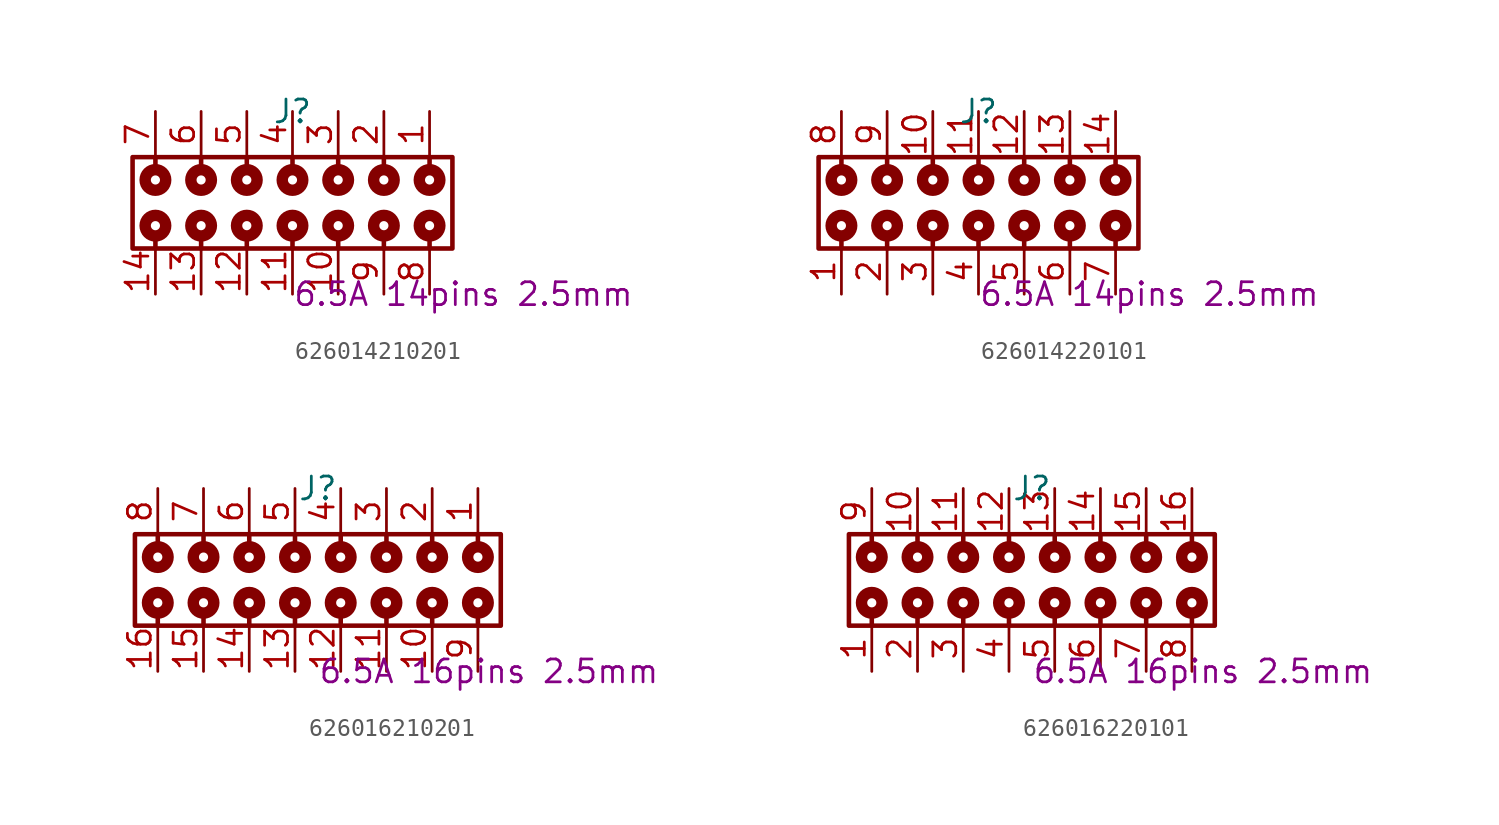
<source format=kicad_sym>
(kicad_symbol_lib
  (version 20220914)
  (generator kicad_symbol_editor)
  (symbol "626014210201"
    (pin_names hide)
    (property "Reference" "J"
      (at 0 5.08 0)
      (effects (font (size 1.27 1.27))))
    (property "Critical Parameter" "6.5A 14pins 2.5mm"
      (at 0 -5.08 0)
      (effects (font (size 1.27 1.27)) (justify left)))
    (symbol "626014210201_0_1"
      (rectangle (start -8.89 2.54) (end 8.89 -2.54) (stroke (width 0.254) (type default)) (fill (type none)))
      (circle (center -7.62 -1.27) (radius 0.254) (stroke (width 0.635) (type default)) (fill (type none)))
      (polyline (pts (xy -7.62 -1.778) (xy -7.62 -2.54)) (stroke (width 0.254) (type default)) (fill (type none)))
      (circle (center -7.62 1.27) (radius 0.254) (stroke (width 0.635) (type default)) (fill (type none)))
      (polyline (pts (xy -7.62 1.778) (xy -7.62 2.54)) (stroke (width 0.254) (type default)) (fill (type none)))
      (circle (center -5.08 -1.27) (radius 0.254) (stroke (width 0.635) (type default)) (fill (type none)))
      (polyline (pts (xy -5.08 -1.778) (xy -5.08 -2.54)) (stroke (width 0.254) (type default)) (fill (type none)))
      (circle (center -5.08 1.27) (radius 0.254) (stroke (width 0.635) (type default)) (fill (type none)))
      (polyline (pts (xy -5.08 1.778) (xy -5.08 2.54)) (stroke (width 0.254) (type default)) (fill (type none)))
      (circle (center -2.54 -1.27) (radius 0.254) (stroke (width 0.635) (type default)) (fill (type none)))
      (polyline (pts (xy -2.54 -1.778) (xy -2.54 -2.54)) (stroke (width 0.254) (type default)) (fill (type none)))
      (circle (center -2.54 1.27) (radius 0.254) (stroke (width 0.635) (type default)) (fill (type none)))
      (polyline (pts (xy -2.54 1.778) (xy -2.54 2.54)) (stroke (width 0.254) (type default)) (fill (type none)))
      (circle (center 0.0 -1.27) (radius 0.254) (stroke (width 0.635) (type default)) (fill (type none)))
      (polyline (pts (xy 0.0 -1.778) (xy 0.0 -2.54)) (stroke (width 0.254) (type default)) (fill (type none)))
      (circle (center 0.0 1.27) (radius 0.254) (stroke (width 0.635) (type default)) (fill (type none)))
      (polyline (pts (xy 0.0 1.778) (xy 0.0 2.54)) (stroke (width 0.254) (type default)) (fill (type none)))
      (circle (center 2.54 -1.27) (radius 0.254) (stroke (width 0.635) (type default)) (fill (type none)))
      (polyline (pts (xy 2.54 -1.778) (xy 2.54 -2.54)) (stroke (width 0.254) (type default)) (fill (type none)))
      (circle (center 2.54 1.27) (radius 0.254) (stroke (width 0.635) (type default)) (fill (type none)))
      (polyline (pts (xy 2.54 1.778) (xy 2.54 2.54)) (stroke (width 0.254) (type default)) (fill (type none)))
      (circle (center 5.08 -1.27) (radius 0.254) (stroke (width 0.635) (type default)) (fill (type none)))
      (polyline (pts (xy 5.08 -1.778) (xy 5.08 -2.54)) (stroke (width 0.254) (type default)) (fill (type none)))
      (circle (center 5.08 1.27) (radius 0.254) (stroke (width 0.635) (type default)) (fill (type none)))
      (polyline (pts (xy 5.08 1.778) (xy 5.08 2.54)) (stroke (width 0.254) (type default)) (fill (type none)))
      (circle (center 7.62 -1.27) (radius 0.254) (stroke (width 0.635) (type default)) (fill (type none)))
      (polyline (pts (xy 7.62 -1.778) (xy 7.62 -2.54)) (stroke (width 0.254) (type default)) (fill (type none)))
      (circle (center 7.62 1.27) (radius 0.254) (stroke (width 0.635) (type default)) (fill (type none)))
      (polyline (pts (xy 7.62 1.778) (xy 7.62 2.54)) (stroke (width 0.254) (type default)) (fill (type none))))
    (symbol "626014210201_1_1"
      (pin passive line (at 7.62 5.08 270) (length 2.54) (name "1" (effects (font (size 1.27 1.27)))) (number "1" (effects (font (size 1.27 1.27)))))
      (pin passive line (at 7.62 -5.08 90) (length 2.54) (name "8" (effects (font (size 1.27 1.27)))) (number "8" (effects (font (size 1.27 1.27)))))
      (pin passive line (at 5.08 5.08 270) (length 2.54) (name "2" (effects (font (size 1.27 1.27)))) (number "2" (effects (font (size 1.27 1.27)))))
      (pin passive line (at 5.08 -5.08 90) (length 2.54) (name "9" (effects (font (size 1.27 1.27)))) (number "9" (effects (font (size 1.27 1.27)))))
      (pin passive line (at 2.54 5.08 270) (length 2.54) (name "3" (effects (font (size 1.27 1.27)))) (number "3" (effects (font (size 1.27 1.27)))))
      (pin passive line (at 2.54 -5.08 90) (length 2.54) (name "10" (effects (font (size 1.27 1.27)))) (number "10" (effects (font (size 1.27 1.27)))))
      (pin passive line (at 0.0 5.08 270) (length 2.54) (name "4" (effects (font (size 1.27 1.27)))) (number "4" (effects (font (size 1.27 1.27)))))
      (pin passive line (at 0.0 -5.08 90) (length 2.54) (name "11" (effects (font (size 1.27 1.27)))) (number "11" (effects (font (size 1.27 1.27)))))
      (pin passive line (at -2.54 5.08 270) (length 2.54) (name "5" (effects (font (size 1.27 1.27)))) (number "5" (effects (font (size 1.27 1.27)))))
      (pin passive line (at -2.54 -5.08 90) (length 2.54) (name "12" (effects (font (size 1.27 1.27)))) (number "12" (effects (font (size 1.27 1.27)))))
      (pin passive line (at -5.08 5.08 270) (length 2.54) (name "6" (effects (font (size 1.27 1.27)))) (number "6" (effects (font (size 1.27 1.27)))))
      (pin passive line (at -5.08 -5.08 90) (length 2.54) (name "13" (effects (font (size 1.27 1.27)))) (number "13" (effects (font (size 1.27 1.27)))))
      (pin passive line (at -7.62 5.08 270) (length 2.54) (name "7" (effects (font (size 1.27 1.27)))) (number "7" (effects (font (size 1.27 1.27)))))
      (pin passive line (at -7.62 -5.08 90) (length 2.54) (name "14" (effects (font (size 1.27 1.27)))) (number "14" (effects (font (size 1.27 1.27)))))))
  (symbol "626014220101"
    (pin_names hide)
    (property "Reference" "J"
      (at 0 5.08 0)
      (effects (font (size 1.27 1.27))))
    (property "Critical Parameter" "6.5A 14pins 2.5mm"
      (at 0 -5.08 0)
      (effects (font (size 1.27 1.27)) (justify left)))
    (symbol "626014220101_0_1"
      (rectangle (start -8.89 2.54) (end 8.89 -2.54) (stroke (width 0.254) (type default)) (fill (type none)))
      (circle (center -7.62 -1.27) (radius 0.254) (stroke (width 0.635) (type default)) (fill (type none)))
      (polyline (pts (xy -7.62 -1.778) (xy -7.62 -2.54)) (stroke (width 0.254) (type default)) (fill (type none)))
      (circle (center -7.62 1.27) (radius 0.254) (stroke (width 0.635) (type default)) (fill (type none)))
      (polyline (pts (xy -7.62 1.778) (xy -7.62 2.54)) (stroke (width 0.254) (type default)) (fill (type none)))
      (circle (center -5.08 -1.27) (radius 0.254) (stroke (width 0.635) (type default)) (fill (type none)))
      (polyline (pts (xy -5.08 -1.778) (xy -5.08 -2.54)) (stroke (width 0.254) (type default)) (fill (type none)))
      (circle (center -5.08 1.27) (radius 0.254) (stroke (width 0.635) (type default)) (fill (type none)))
      (polyline (pts (xy -5.08 1.778) (xy -5.08 2.54)) (stroke (width 0.254) (type default)) (fill (type none)))
      (circle (center -2.54 -1.27) (radius 0.254) (stroke (width 0.635) (type default)) (fill (type none)))
      (polyline (pts (xy -2.54 -1.778) (xy -2.54 -2.54)) (stroke (width 0.254) (type default)) (fill (type none)))
      (circle (center -2.54 1.27) (radius 0.254) (stroke (width 0.635) (type default)) (fill (type none)))
      (polyline (pts (xy -2.54 1.778) (xy -2.54 2.54)) (stroke (width 0.254) (type default)) (fill (type none)))
      (circle (center 0.0 -1.27) (radius 0.254) (stroke (width 0.635) (type default)) (fill (type none)))
      (polyline (pts (xy 0.0 -1.778) (xy 0.0 -2.54)) (stroke (width 0.254) (type default)) (fill (type none)))
      (circle (center 0.0 1.27) (radius 0.254) (stroke (width 0.635) (type default)) (fill (type none)))
      (polyline (pts (xy 0.0 1.778) (xy 0.0 2.54)) (stroke (width 0.254) (type default)) (fill (type none)))
      (circle (center 2.54 -1.27) (radius 0.254) (stroke (width 0.635) (type default)) (fill (type none)))
      (polyline (pts (xy 2.54 -1.778) (xy 2.54 -2.54)) (stroke (width 0.254) (type default)) (fill (type none)))
      (circle (center 2.54 1.27) (radius 0.254) (stroke (width 0.635) (type default)) (fill (type none)))
      (polyline (pts (xy 2.54 1.778) (xy 2.54 2.54)) (stroke (width 0.254) (type default)) (fill (type none)))
      (circle (center 5.08 -1.27) (radius 0.254) (stroke (width 0.635) (type default)) (fill (type none)))
      (polyline (pts (xy 5.08 -1.778) (xy 5.08 -2.54)) (stroke (width 0.254) (type default)) (fill (type none)))
      (circle (center 5.08 1.27) (radius 0.254) (stroke (width 0.635) (type default)) (fill (type none)))
      (polyline (pts (xy 5.08 1.778) (xy 5.08 2.54)) (stroke (width 0.254) (type default)) (fill (type none)))
      (circle (center 7.62 -1.27) (radius 0.254) (stroke (width 0.635) (type default)) (fill (type none)))
      (polyline (pts (xy 7.62 -1.778) (xy 7.62 -2.54)) (stroke (width 0.254) (type default)) (fill (type none)))
      (circle (center 7.62 1.27) (radius 0.254) (stroke (width 0.635) (type default)) (fill (type none)))
      (polyline (pts (xy 7.62 1.778) (xy 7.62 2.54)) (stroke (width 0.254) (type default)) (fill (type none))))
    (symbol "626014220101_1_1"
      (pin passive line (at -7.62 -5.08 90) (length 2.54) (name "1" (effects (font (size 1.27 1.27)))) (number "1" (effects (font (size 1.27 1.27)))))
      (pin passive line (at -7.62 5.08 270) (length 2.54) (name "8" (effects (font (size 1.27 1.27)))) (number "8" (effects (font (size 1.27 1.27)))))
      (pin passive line (at -5.08 -5.08 90) (length 2.54) (name "2" (effects (font (size 1.27 1.27)))) (number "2" (effects (font (size 1.27 1.27)))))
      (pin passive line (at -5.08 5.08 270) (length 2.54) (name "9" (effects (font (size 1.27 1.27)))) (number "9" (effects (font (size 1.27 1.27)))))
      (pin passive line (at -2.54 -5.08 90) (length 2.54) (name "3" (effects (font (size 1.27 1.27)))) (number "3" (effects (font (size 1.27 1.27)))))
      (pin passive line (at -2.54 5.08 270) (length 2.54) (name "10" (effects (font (size 1.27 1.27)))) (number "10" (effects (font (size 1.27 1.27)))))
      (pin passive line (at 0.0 -5.08 90) (length 2.54) (name "4" (effects (font (size 1.27 1.27)))) (number "4" (effects (font (size 1.27 1.27)))))
      (pin passive line (at 0.0 5.08 270) (length 2.54) (name "11" (effects (font (size 1.27 1.27)))) (number "11" (effects (font (size 1.27 1.27)))))
      (pin passive line (at 2.54 -5.08 90) (length 2.54) (name "5" (effects (font (size 1.27 1.27)))) (number "5" (effects (font (size 1.27 1.27)))))
      (pin passive line (at 2.54 5.08 270) (length 2.54) (name "12" (effects (font (size 1.27 1.27)))) (number "12" (effects (font (size 1.27 1.27)))))
      (pin passive line (at 5.08 -5.08 90) (length 2.54) (name "6" (effects (font (size 1.27 1.27)))) (number "6" (effects (font (size 1.27 1.27)))))
      (pin passive line (at 5.08 5.08 270) (length 2.54) (name "13" (effects (font (size 1.27 1.27)))) (number "13" (effects (font (size 1.27 1.27)))))
      (pin passive line (at 7.62 -5.08 90) (length 2.54) (name "7" (effects (font (size 1.27 1.27)))) (number "7" (effects (font (size 1.27 1.27)))))
      (pin passive line (at 7.62 5.08 270) (length 2.54) (name "14" (effects (font (size 1.27 1.27)))) (number "14" (effects (font (size 1.27 1.27)))))))
  (symbol "626016210201"
    (pin_names hide)
    (property "Reference" "J"
      (at 0 5.08 0)
      (effects (font (size 1.27 1.27))))
    (property "Critical Parameter" "6.5A 16pins 2.5mm"
      (at 0 -5.08 0)
      (effects (font (size 1.27 1.27)) (justify left)))
    (symbol "626016210201_0_1"
      (rectangle (start -10.16 2.54) (end 10.16 -2.54) (stroke (width 0.254) (type default)) (fill (type none)))
      (circle (center -8.89 -1.27) (radius 0.254) (stroke (width 0.635) (type default)) (fill (type none)))
      (polyline (pts (xy -8.89 -1.778) (xy -8.89 -2.54)) (stroke (width 0.254) (type default)) (fill (type none)))
      (circle (center -8.89 1.27) (radius 0.254) (stroke (width 0.635) (type default)) (fill (type none)))
      (polyline (pts (xy -8.89 1.778) (xy -8.89 2.54)) (stroke (width 0.254) (type default)) (fill (type none)))
      (circle (center -6.35 -1.27) (radius 0.254) (stroke (width 0.635) (type default)) (fill (type none)))
      (polyline (pts (xy -6.35 -1.778) (xy -6.35 -2.54)) (stroke (width 0.254) (type default)) (fill (type none)))
      (circle (center -6.35 1.27) (radius 0.254) (stroke (width 0.635) (type default)) (fill (type none)))
      (polyline (pts (xy -6.35 1.778) (xy -6.35 2.54)) (stroke (width 0.254) (type default)) (fill (type none)))
      (circle (center -3.81 -1.27) (radius 0.254) (stroke (width 0.635) (type default)) (fill (type none)))
      (polyline (pts (xy -3.81 -1.778) (xy -3.81 -2.54)) (stroke (width 0.254) (type default)) (fill (type none)))
      (circle (center -3.81 1.27) (radius 0.254) (stroke (width 0.635) (type default)) (fill (type none)))
      (polyline (pts (xy -3.81 1.778) (xy -3.81 2.54)) (stroke (width 0.254) (type default)) (fill (type none)))
      (circle (center -1.27 -1.27) (radius 0.254) (stroke (width 0.635) (type default)) (fill (type none)))
      (polyline (pts (xy -1.27 -1.778) (xy -1.27 -2.54)) (stroke (width 0.254) (type default)) (fill (type none)))
      (circle (center -1.27 1.27) (radius 0.254) (stroke (width 0.635) (type default)) (fill (type none)))
      (polyline (pts (xy -1.27 1.778) (xy -1.27 2.54)) (stroke (width 0.254) (type default)) (fill (type none)))
      (circle (center 1.27 -1.27) (radius 0.254) (stroke (width 0.635) (type default)) (fill (type none)))
      (polyline (pts (xy 1.27 -1.778) (xy 1.27 -2.54)) (stroke (width 0.254) (type default)) (fill (type none)))
      (circle (center 1.27 1.27) (radius 0.254) (stroke (width 0.635) (type default)) (fill (type none)))
      (polyline (pts (xy 1.27 1.778) (xy 1.27 2.54)) (stroke (width 0.254) (type default)) (fill (type none)))
      (circle (center 3.81 -1.27) (radius 0.254) (stroke (width 0.635) (type default)) (fill (type none)))
      (polyline (pts (xy 3.81 -1.778) (xy 3.81 -2.54)) (stroke (width 0.254) (type default)) (fill (type none)))
      (circle (center 3.81 1.27) (radius 0.254) (stroke (width 0.635) (type default)) (fill (type none)))
      (polyline (pts (xy 3.81 1.778) (xy 3.81 2.54)) (stroke (width 0.254) (type default)) (fill (type none)))
      (circle (center 6.35 -1.27) (radius 0.254) (stroke (width 0.635) (type default)) (fill (type none)))
      (polyline (pts (xy 6.35 -1.778) (xy 6.35 -2.54)) (stroke (width 0.254) (type default)) (fill (type none)))
      (circle (center 6.35 1.27) (radius 0.254) (stroke (width 0.635) (type default)) (fill (type none)))
      (polyline (pts (xy 6.35 1.778) (xy 6.35 2.54)) (stroke (width 0.254) (type default)) (fill (type none)))
      (circle (center 8.89 -1.27) (radius 0.254) (stroke (width 0.635) (type default)) (fill (type none)))
      (polyline (pts (xy 8.89 -1.778) (xy 8.89 -2.54)) (stroke (width 0.254) (type default)) (fill (type none)))
      (circle (center 8.89 1.27) (radius 0.254) (stroke (width 0.635) (type default)) (fill (type none)))
      (polyline (pts (xy 8.89 1.778) (xy 8.89 2.54)) (stroke (width 0.254) (type default)) (fill (type none))))
    (symbol "626016210201_1_1"
      (pin passive line (at 8.89 5.08 270) (length 2.54) (name "1" (effects (font (size 1.27 1.27)))) (number "1" (effects (font (size 1.27 1.27)))))
      (pin passive line (at 8.89 -5.08 90) (length 2.54) (name "9" (effects (font (size 1.27 1.27)))) (number "9" (effects (font (size 1.27 1.27)))))
      (pin passive line (at 6.35 5.08 270) (length 2.54) (name "2" (effects (font (size 1.27 1.27)))) (number "2" (effects (font (size 1.27 1.27)))))
      (pin passive line (at 6.35 -5.08 90) (length 2.54) (name "10" (effects (font (size 1.27 1.27)))) (number "10" (effects (font (size 1.27 1.27)))))
      (pin passive line (at 3.81 5.08 270) (length 2.54) (name "3" (effects (font (size 1.27 1.27)))) (number "3" (effects (font (size 1.27 1.27)))))
      (pin passive line (at 3.81 -5.08 90) (length 2.54) (name "11" (effects (font (size 1.27 1.27)))) (number "11" (effects (font (size 1.27 1.27)))))
      (pin passive line (at 1.27 5.08 270) (length 2.54) (name "4" (effects (font (size 1.27 1.27)))) (number "4" (effects (font (size 1.27 1.27)))))
      (pin passive line (at 1.27 -5.08 90) (length 2.54) (name "12" (effects (font (size 1.27 1.27)))) (number "12" (effects (font (size 1.27 1.27)))))
      (pin passive line (at -1.27 5.08 270) (length 2.54) (name "5" (effects (font (size 1.27 1.27)))) (number "5" (effects (font (size 1.27 1.27)))))
      (pin passive line (at -1.27 -5.08 90) (length 2.54) (name "13" (effects (font (size 1.27 1.27)))) (number "13" (effects (font (size 1.27 1.27)))))
      (pin passive line (at -3.81 5.08 270) (length 2.54) (name "6" (effects (font (size 1.27 1.27)))) (number "6" (effects (font (size 1.27 1.27)))))
      (pin passive line (at -3.81 -5.08 90) (length 2.54) (name "14" (effects (font (size 1.27 1.27)))) (number "14" (effects (font (size 1.27 1.27)))))
      (pin passive line (at -6.35 5.08 270) (length 2.54) (name "7" (effects (font (size 1.27 1.27)))) (number "7" (effects (font (size 1.27 1.27)))))
      (pin passive line (at -6.35 -5.08 90) (length 2.54) (name "15" (effects (font (size 1.27 1.27)))) (number "15" (effects (font (size 1.27 1.27)))))
      (pin passive line (at -8.89 5.08 270) (length 2.54) (name "8" (effects (font (size 1.27 1.27)))) (number "8" (effects (font (size 1.27 1.27)))))
      (pin passive line (at -8.89 -5.08 90) (length 2.54) (name "16" (effects (font (size 1.27 1.27)))) (number "16" (effects (font (size 1.27 1.27)))))))
  (symbol "626016220101"
    (pin_names hide)
    (property "Reference" "J"
      (at 0 5.08 0)
      (effects (font (size 1.27 1.27))))
    (property "Critical Parameter" "6.5A 16pins 2.5mm"
      (at 0 -5.08 0)
      (effects (font (size 1.27 1.27)) (justify left)))
    (symbol "626016220101_0_1"
      (rectangle (start -10.16 2.54) (end 10.16 -2.54) (stroke (width 0.254) (type default)) (fill (type none)))
      (circle (center -8.89 -1.27) (radius 0.254) (stroke (width 0.635) (type default)) (fill (type none)))
      (polyline (pts (xy -8.89 -1.778) (xy -8.89 -2.54)) (stroke (width 0.254) (type default)) (fill (type none)))
      (circle (center -8.89 1.27) (radius 0.254) (stroke (width 0.635) (type default)) (fill (type none)))
      (polyline (pts (xy -8.89 1.778) (xy -8.89 2.54)) (stroke (width 0.254) (type default)) (fill (type none)))
      (circle (center -6.35 -1.27) (radius 0.254) (stroke (width 0.635) (type default)) (fill (type none)))
      (polyline (pts (xy -6.35 -1.778) (xy -6.35 -2.54)) (stroke (width 0.254) (type default)) (fill (type none)))
      (circle (center -6.35 1.27) (radius 0.254) (stroke (width 0.635) (type default)) (fill (type none)))
      (polyline (pts (xy -6.35 1.778) (xy -6.35 2.54)) (stroke (width 0.254) (type default)) (fill (type none)))
      (circle (center -3.81 -1.27) (radius 0.254) (stroke (width 0.635) (type default)) (fill (type none)))
      (polyline (pts (xy -3.81 -1.778) (xy -3.81 -2.54)) (stroke (width 0.254) (type default)) (fill (type none)))
      (circle (center -3.81 1.27) (radius 0.254) (stroke (width 0.635) (type default)) (fill (type none)))
      (polyline (pts (xy -3.81 1.778) (xy -3.81 2.54)) (stroke (width 0.254) (type default)) (fill (type none)))
      (circle (center -1.27 -1.27) (radius 0.254) (stroke (width 0.635) (type default)) (fill (type none)))
      (polyline (pts (xy -1.27 -1.778) (xy -1.27 -2.54)) (stroke (width 0.254) (type default)) (fill (type none)))
      (circle (center -1.27 1.27) (radius 0.254) (stroke (width 0.635) (type default)) (fill (type none)))
      (polyline (pts (xy -1.27 1.778) (xy -1.27 2.54)) (stroke (width 0.254) (type default)) (fill (type none)))
      (circle (center 1.27 -1.27) (radius 0.254) (stroke (width 0.635) (type default)) (fill (type none)))
      (polyline (pts (xy 1.27 -1.778) (xy 1.27 -2.54)) (stroke (width 0.254) (type default)) (fill (type none)))
      (circle (center 1.27 1.27) (radius 0.254) (stroke (width 0.635) (type default)) (fill (type none)))
      (polyline (pts (xy 1.27 1.778) (xy 1.27 2.54)) (stroke (width 0.254) (type default)) (fill (type none)))
      (circle (center 3.81 -1.27) (radius 0.254) (stroke (width 0.635) (type default)) (fill (type none)))
      (polyline (pts (xy 3.81 -1.778) (xy 3.81 -2.54)) (stroke (width 0.254) (type default)) (fill (type none)))
      (circle (center 3.81 1.27) (radius 0.254) (stroke (width 0.635) (type default)) (fill (type none)))
      (polyline (pts (xy 3.81 1.778) (xy 3.81 2.54)) (stroke (width 0.254) (type default)) (fill (type none)))
      (circle (center 6.35 -1.27) (radius 0.254) (stroke (width 0.635) (type default)) (fill (type none)))
      (polyline (pts (xy 6.35 -1.778) (xy 6.35 -2.54)) (stroke (width 0.254) (type default)) (fill (type none)))
      (circle (center 6.35 1.27) (radius 0.254) (stroke (width 0.635) (type default)) (fill (type none)))
      (polyline (pts (xy 6.35 1.778) (xy 6.35 2.54)) (stroke (width 0.254) (type default)) (fill (type none)))
      (circle (center 8.89 -1.27) (radius 0.254) (stroke (width 0.635) (type default)) (fill (type none)))
      (polyline (pts (xy 8.89 -1.778) (xy 8.89 -2.54)) (stroke (width 0.254) (type default)) (fill (type none)))
      (circle (center 8.89 1.27) (radius 0.254) (stroke (width 0.635) (type default)) (fill (type none)))
      (polyline (pts (xy 8.89 1.778) (xy 8.89 2.54)) (stroke (width 0.254) (type default)) (fill (type none))))
    (symbol "626016220101_1_1"
      (pin passive line (at -8.89 -5.08 90) (length 2.54) (name "1" (effects (font (size 1.27 1.27)))) (number "1" (effects (font (size 1.27 1.27)))))
      (pin passive line (at -8.89 5.08 270) (length 2.54) (name "9" (effects (font (size 1.27 1.27)))) (number "9" (effects (font (size 1.27 1.27)))))
      (pin passive line (at -6.35 -5.08 90) (length 2.54) (name "2" (effects (font (size 1.27 1.27)))) (number "2" (effects (font (size 1.27 1.27)))))
      (pin passive line (at -6.35 5.08 270) (length 2.54) (name "10" (effects (font (size 1.27 1.27)))) (number "10" (effects (font (size 1.27 1.27)))))
      (pin passive line (at -3.81 -5.08 90) (length 2.54) (name "3" (effects (font (size 1.27 1.27)))) (number "3" (effects (font (size 1.27 1.27)))))
      (pin passive line (at -3.81 5.08 270) (length 2.54) (name "11" (effects (font (size 1.27 1.27)))) (number "11" (effects (font (size 1.27 1.27)))))
      (pin passive line (at -1.27 -5.08 90) (length 2.54) (name "4" (effects (font (size 1.27 1.27)))) (number "4" (effects (font (size 1.27 1.27)))))
      (pin passive line (at -1.27 5.08 270) (length 2.54) (name "12" (effects (font (size 1.27 1.27)))) (number "12" (effects (font (size 1.27 1.27)))))
      (pin passive line (at 1.27 -5.08 90) (length 2.54) (name "5" (effects (font (size 1.27 1.27)))) (number "5" (effects (font (size 1.27 1.27)))))
      (pin passive line (at 1.27 5.08 270) (length 2.54) (name "13" (effects (font (size 1.27 1.27)))) (number "13" (effects (font (size 1.27 1.27)))))
      (pin passive line (at 3.81 -5.08 90) (length 2.54) (name "6" (effects (font (size 1.27 1.27)))) (number "6" (effects (font (size 1.27 1.27)))))
      (pin passive line (at 3.81 5.08 270) (length 2.54) (name "14" (effects (font (size 1.27 1.27)))) (number "14" (effects (font (size 1.27 1.27)))))
      (pin passive line (at 6.35 -5.08 90) (length 2.54) (name "7" (effects (font (size 1.27 1.27)))) (number "7" (effects (font (size 1.27 1.27)))))
      (pin passive line (at 6.35 5.08 270) (length 2.54) (name "15" (effects (font (size 1.27 1.27)))) (number "15" (effects (font (size 1.27 1.27)))))
      (pin passive line (at 8.89 -5.08 90) (length 2.54) (name "8" (effects (font (size 1.27 1.27)))) (number "8" (effects (font (size 1.27 1.27)))))
      (pin passive line (at 8.89 5.08 270) (length 2.54) (name "16" (effects (font (size 1.27 1.27)))) (number "16" (effects (font (size 1.27 1.27))))))))
</source>
